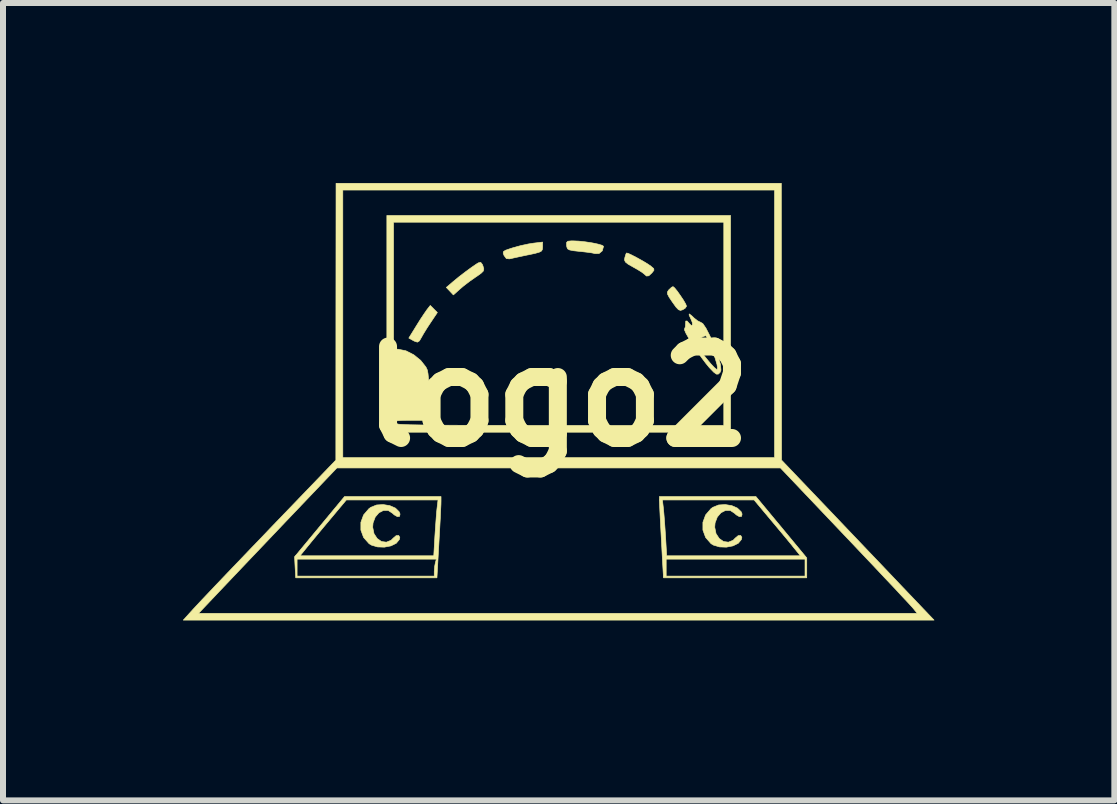
<source format=kicad_pcb>
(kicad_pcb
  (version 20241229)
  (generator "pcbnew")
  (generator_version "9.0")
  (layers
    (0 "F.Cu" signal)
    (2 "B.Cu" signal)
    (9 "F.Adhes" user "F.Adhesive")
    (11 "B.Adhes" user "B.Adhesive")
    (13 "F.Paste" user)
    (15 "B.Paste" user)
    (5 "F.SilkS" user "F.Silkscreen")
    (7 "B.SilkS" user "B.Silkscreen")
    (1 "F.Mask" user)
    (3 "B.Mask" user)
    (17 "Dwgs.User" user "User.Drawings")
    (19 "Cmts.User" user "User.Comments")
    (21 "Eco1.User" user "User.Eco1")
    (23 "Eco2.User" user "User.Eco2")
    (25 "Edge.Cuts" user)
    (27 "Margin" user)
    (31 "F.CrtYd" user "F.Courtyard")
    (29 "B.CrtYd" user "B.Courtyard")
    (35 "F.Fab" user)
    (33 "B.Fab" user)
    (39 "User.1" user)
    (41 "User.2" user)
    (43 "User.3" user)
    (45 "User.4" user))
  (footprint "logo2"
    (layer "F.Cu")
    (at 6.248 3.561)
    (property "Reference" "logo2" (at 0 0 0) (layer "F.SilkS") (effects (font (size 1.524 1.524) (thickness 0.3))))
    (attr through_hole)
    (fp_poly (pts (xy -2.067 -1.461) (xy -2.008 -1.402) (xy -2.114 -1.244) (xy -2.178 -1.147) (xy -2.236 -1.053) (xy -2.269 -0.995) (xy -2.307 -0.929) (xy -2.341 -0.908) (xy -2.392 -0.925) (xy -2.42 -0.94) (xy -2.484 -0.976) (xy -2.357 -1.182) (xy -2.292 -1.286) (xy -2.231 -1.378) (xy -2.186 -1.443) (xy -2.178 -1.454) (xy -2.126 -1.52) (xy -2.067 -1.461)) (stroke (width 0.01) (type solid)) (fill yes) (layer "F.SilkS"))
    (fp_poly (pts (xy -1.257 -2.202) (xy -1.247 -2.175) (xy -1.234 -2.129) (xy -1.241 -2.094) (xy -1.277 -2.058) (xy -1.349 -2.006) (xy -1.372 -1.991) (xy -1.475 -1.919) (xy -1.577 -1.84) (xy -1.633 -1.792) (xy -1.741 -1.695) (xy -1.859 -1.82) (xy -1.743 -1.919) (xy -1.647 -1.998) (xy -1.54 -2.08) (xy -1.436 -2.156) (xy -1.353 -2.213) (xy -1.322 -2.231) (xy -1.285 -2.238) (xy -1.257 -2.202)) (stroke (width 0.01) (type solid)) (fill yes) (layer "F.SilkS"))
    (fp_poly (pts (xy 1.946 -1.813) (xy 1.991 -1.758) (xy 2.043 -1.684) (xy 2.094 -1.608) (xy 2.131 -1.544) (xy 2.145 -1.507) (xy 2.122 -1.473) (xy 2.081 -1.448) (xy 2.044 -1.437) (xy 2.011 -1.449) (xy 1.97 -1.492) (xy 1.911 -1.574) (xy 1.855 -1.657) (xy 1.828 -1.709) (xy 1.826 -1.743) (xy 1.845 -1.774) (xy 1.852 -1.782) (xy 1.895 -1.822) (xy 1.92 -1.834) (xy 1.946 -1.813)) (stroke (width 0.01) (type solid)) (fill yes) (layer "F.SilkS"))
    (fp_poly (pts (xy -0.254 -2.494) (xy -0.257 -2.455) (xy -0.271 -2.428) (xy -0.308 -2.408) (xy -0.378 -2.388) (xy -0.493 -2.363) (xy -0.501 -2.362) (xy -0.619 -2.337) (xy -0.721 -2.315) (xy -0.791 -2.299) (xy -0.806 -2.296) (xy -0.858 -2.301) (xy -0.897 -2.353) (xy -0.911 -2.392) (xy -0.906 -2.418) (xy -0.871 -2.44) (xy -0.796 -2.466) (xy -0.743 -2.483) (xy -0.619 -2.517) (xy -0.489 -2.545) (xy -0.406 -2.558) (xy -0.254 -2.576) (xy -0.254 -2.494)) (stroke (width 0.01) (type solid)) (fill yes) (layer "F.SilkS"))
    (fp_poly (pts (xy 1.172 -2.388) (xy 1.234 -2.359) (xy 1.317 -2.316) (xy 1.407 -2.266) (xy 1.489 -2.217) (xy 1.55 -2.176) (xy 1.551 -2.174) (xy 1.598 -2.135) (xy 1.602 -2.106) (xy 1.569 -2.063) (xy 1.568 -2.062) (xy 1.516 -2.014) (xy 1.477 -2.01) (xy 1.445 -2.039) (xy 1.406 -2.07) (xy 1.333 -2.116) (xy 1.257 -2.159) (xy 1.171 -2.208) (xy 1.126 -2.244) (xy 1.111 -2.278) (xy 1.116 -2.314) (xy 1.133 -2.371) (xy 1.143 -2.394) (xy 1.172 -2.388)) (stroke (width 0.01) (type solid)) (fill yes) (layer "F.SilkS"))
    (fp_poly (pts (xy 0.35 -2.592) (xy 0.46 -2.58) (xy 0.571 -2.563) (xy 0.667 -2.543) (xy 0.736 -2.523) (xy 0.762 -2.506) (xy 0.762 -2.506) (xy 0.741 -2.43) (xy 0.687 -2.385) (xy 0.616 -2.384) (xy 0.607 -2.387) (xy 0.566 -2.396) (xy 0.486 -2.407) (xy 0.382 -2.419) (xy 0.367 -2.42) (xy 0.259 -2.432) (xy 0.195 -2.445) (xy 0.163 -2.463) (xy 0.15 -2.494) (xy 0.146 -2.519) (xy 0.145 -2.568) (xy 0.166 -2.59) (xy 0.223 -2.596) (xy 0.254 -2.596) (xy 0.35 -2.592)) (stroke (width 0.01) (type solid)) (fill yes) (layer "F.SilkS"))
    (fp_poly (pts (xy -2.801 1.817) (xy -2.707 1.858) (xy -2.645 1.919) (xy -2.63 1.957) (xy -2.638 1.996) (xy -2.675 2) (xy -2.728 1.97) (xy -2.753 1.946) (xy -2.826 1.898) (xy -2.906 1.897) (xy -2.982 1.936) (xy -3.043 2.007) (xy -3.08 2.104) (xy -3.086 2.176) (xy -3.064 2.284) (xy -3.011 2.365) (xy -2.939 2.415) (xy -2.858 2.426) (xy -2.779 2.394) (xy -2.744 2.359) (xy -2.695 2.317) (xy -2.653 2.314) (xy -2.634 2.345) (xy -2.641 2.381) (xy -2.693 2.444) (xy -2.782 2.488) (xy -2.892 2.509) (xy -3.006 2.505) (xy -3.107 2.475) (xy -3.146 2.451) (xy -3.238 2.347) (xy -3.283 2.224) (xy -3.283 2.095) (xy -3.238 1.972) (xy -3.149 1.868) (xy -3.116 1.844) (xy -3.021 1.806) (xy -2.911 1.799) (xy -2.801 1.817)) (stroke (width 0.01) (type solid)) (fill yes) (layer "F.SilkS"))
    (fp_poly (pts (xy 2.9 1.817) (xy 2.993 1.858) (xy 3.056 1.919) (xy 3.071 1.957) (xy 3.063 1.996) (xy 3.025 2) (xy 2.973 1.97) (xy 2.948 1.946) (xy 2.875 1.898) (xy 2.795 1.897) (xy 2.719 1.936) (xy 2.658 2.007) (xy 2.621 2.104) (xy 2.615 2.176) (xy 2.637 2.284) (xy 2.69 2.365) (xy 2.762 2.415) (xy 2.843 2.426) (xy 2.922 2.394) (xy 2.956 2.359) (xy 3.006 2.317) (xy 3.048 2.314) (xy 3.067 2.345) (xy 3.06 2.381) (xy 3.008 2.444) (xy 2.919 2.488) (xy 2.809 2.509) (xy 2.695 2.505) (xy 2.594 2.475) (xy 2.554 2.451) (xy 2.463 2.347) (xy 2.418 2.224) (xy 2.418 2.095) (xy 2.463 1.972) (xy 2.552 1.868) (xy 2.585 1.844) (xy 2.68 1.806) (xy 2.79 1.799) (xy 2.9 1.817)) (stroke (width 0.01) (type solid)) (fill yes) (layer "F.SilkS"))
    (fp_poly (pts (xy 3.725 2.176) (xy 4.149 2.688) (xy 4.149 3.02) (xy 1.761 3.02) (xy 1.743 2.709) (xy 1.806 2.709) (xy 1.806 2.992) (xy 4.12 2.992) (xy 4.12 2.709) (xy 1.806 2.709) (xy 1.743 2.709) (xy 1.727 2.406) (xy 1.717 2.222) (xy 1.708 2.054) (xy 1.701 1.911) (xy 1.696 1.803) (xy 1.693 1.739) (xy 1.693 1.729) (xy 1.693 1.722) (xy 1.743 1.722) (xy 1.759 1.856) (xy 1.767 1.939) (xy 1.777 2.061) (xy 1.787 2.204) (xy 1.795 2.321) (xy 1.814 2.653) (xy 4.043 2.653) (xy 3.934 2.519) (xy 3.877 2.448) (xy 3.793 2.346) (xy 3.692 2.225) (xy 3.585 2.097) (xy 3.548 2.053) (xy 3.271 1.722) (xy 1.743 1.722) (xy 1.693 1.722) (xy 1.693 1.665) (xy 3.301 1.665) (xy 3.725 2.176)) (stroke (width 0.01) (type solid)) (fill yes) (layer "F.SilkS"))
    (fp_poly (pts (xy -1.947 1.743) (xy -1.948 1.794) (xy -1.953 1.891) (xy -1.959 2.026) (xy -1.968 2.188) (xy -1.978 2.367) (xy -1.981 2.42) (xy -2.015 3.02) (xy -4.369 3.02) (xy -4.379 2.845) (xy -4.386 2.709) (xy -4.346 2.709) (xy -4.346 2.992) (xy -2.06 2.992) (xy -2.06 2.914) (xy -2.053 2.829) (xy -2.042 2.773) (xy -2.025 2.709) (xy -4.346 2.709) (xy -4.386 2.709) (xy -4.389 2.67) (xy -4.374 2.653) (xy -4.297 2.653) (xy -2.068 2.653) (xy -2.049 2.321) (xy -2.039 2.175) (xy -2.029 2.035) (xy -2.02 1.919) (xy -2.013 1.856) (xy -1.997 1.722) (xy -3.525 1.722) (xy -3.802 2.053) (xy -3.91 2.182) (xy -4.014 2.307) (xy -4.104 2.416) (xy -4.172 2.499) (xy -4.188 2.519) (xy -4.297 2.653) (xy -4.374 2.653) (xy -3.555 1.665) (xy -1.947 1.665) (xy -1.947 1.743)) (stroke (width 0.01) (type solid)) (fill yes) (layer "F.SilkS"))
    (fp_poly (pts (xy 2.879 0.593) (xy -2.85 0.593) (xy -2.85 -2.907) (xy -2.738 -2.907) (xy -2.738 -0.79) (xy -2.66 -0.79) (xy -2.532 -0.764) (xy -2.402 -0.698) (xy -2.285 -0.603) (xy -2.198 -0.492) (xy -2.175 -0.443) (xy -2.164 -0.385) (xy -2.154 -0.285) (xy -2.148 -0.154) (xy -2.145 -0.008) (xy -2.145 0.016) (xy -2.145 0.395) (xy -2.441 0.395) (xy -2.577 0.396) (xy -2.665 0.401) (xy -2.714 0.411) (xy -2.735 0.426) (xy -2.738 0.437) (xy -2.733 0.445) (xy -2.716 0.451) (xy -2.684 0.456) (xy -2.634 0.461) (xy -2.562 0.465) (xy -2.466 0.469) (xy -2.342 0.471) (xy -2.186 0.474) (xy -1.997 0.476) (xy -1.77 0.477) (xy -1.502 0.478) (xy -1.191 0.479) (xy -0.832 0.479) (xy -0.424 0.48) (xy 0.014 0.48) (xy 2.766 0.48) (xy 2.766 -2.907) (xy -2.738 -2.907) (xy -2.85 -2.907) (xy -2.85 -3.02) (xy 2.879 -3.02) (xy 2.879 0.593)) (stroke (width 0.01) (type solid)) (fill yes) (layer "F.SilkS"))
    (fp_poly (pts (xy 3.727 -1.249) (xy 3.729 1.058) (xy 4.577 1.947) (xy 4.775 2.155) (xy 4.979 2.369) (xy 5.18 2.58) (xy 5.373 2.782) (xy 5.549 2.967) (xy 5.702 3.128) (xy 5.825 3.257) (xy 5.848 3.281) (xy 6.271 3.725) (xy -6.243 3.725) (xy -6.141 3.612) (xy -5.988 3.612) (xy 5.99 3.612) (xy 5.923 3.529) (xy 5.891 3.493) (xy 5.825 3.421) (xy 5.726 3.316) (xy 5.601 3.181) (xy 5.451 3.023) (xy 5.282 2.843) (xy 5.097 2.648) (xy 4.899 2.439) (xy 4.784 2.318) (xy 3.711 1.189) (xy 0.014 1.189) (xy -3.683 1.189) (xy -4.544 2.092) (xy -4.736 2.294) (xy -4.928 2.496) (xy -5.113 2.69) (xy -5.285 2.871) (xy -5.438 3.032) (xy -5.567 3.168) (xy -5.665 3.271) (xy -5.696 3.304) (xy -5.988 3.612) (xy -6.141 3.612) (xy -6.071 3.535) (xy -6.019 3.479) (xy -5.932 3.386) (xy -5.814 3.262) (xy -5.67 3.11) (xy -5.504 2.936) (xy -5.32 2.744) (xy -5.123 2.538) (xy -4.916 2.323) (xy -4.8 2.201) (xy -3.7 1.058) (xy -3.699 -1.249) (xy -3.697 -3.443) (xy -3.584 -3.443) (xy -3.584 1.016) (xy 3.612 1.016) (xy 3.612 -3.443) (xy -3.584 -3.443) (xy -3.697 -3.443) (xy -3.697 -3.556) (xy 3.725 -3.556) (xy 3.727 -1.249)) (stroke (width 0.01) (type solid)) (fill yes) (layer "F.SilkS"))
    (fp_poly (pts (xy 2.226 -1.353) (xy 2.269 -1.312) (xy 2.327 -1.265) (xy 2.373 -1.242) (xy 2.376 -1.242) (xy 2.417 -1.217) (xy 2.469 -1.141) (xy 2.534 -1.014) (xy 2.602 -0.861) (xy 2.672 -0.675) (xy 2.711 -0.535) (xy 2.719 -0.441) (xy 2.704 -0.403) (xy 2.674 -0.375) (xy 2.642 -0.375) (xy 2.597 -0.409) (xy 2.528 -0.481) (xy 2.525 -0.484) (xy 2.464 -0.559) (xy 2.392 -0.655) (xy 2.317 -0.763) (xy 2.245 -0.873) (xy 2.219 -0.915) (xy 2.286 -0.915) (xy 2.303 -0.874) (xy 2.347 -0.806) (xy 2.409 -0.721) (xy 2.48 -0.631) (xy 2.549 -0.548) (xy 2.608 -0.485) (xy 2.648 -0.453) (xy 2.654 -0.452) (xy 2.662 -0.475) (xy 2.653 -0.535) (xy 2.647 -0.557) (xy 2.623 -0.637) (xy 2.588 -0.735) (xy 2.549 -0.835) (xy 2.512 -0.925) (xy 2.483 -0.99) (xy 2.465 -1.016) (xy 2.465 -1.016) (xy 2.429 -1.004) (xy 2.373 -0.975) (xy 2.318 -0.942) (xy 2.287 -0.918) (xy 2.286 -0.915) (xy 2.219 -0.915) (xy 2.182 -0.974) (xy 2.135 -1.057) (xy 2.111 -1.112) (xy 2.111 -1.127) (xy 2.126 -1.165) (xy 2.128 -1.206) (xy 2.132 -1.26) (xy 2.154 -1.261) (xy 2.189 -1.221) (xy 2.225 -1.185) (xy 2.244 -1.195) (xy 2.24 -1.239) (xy 2.217 -1.296) (xy 2.188 -1.36) (xy 2.19 -1.379) (xy 2.226 -1.353)) (stroke (width 0.01) (type solid)) (fill yes) (layer "F.SilkS")))
  (gr_rect
    (start -3 -3)
    (end 15.524 10.291)
    (stroke (width 0.1) (type default))
    (fill no)
    (layer "Edge.Cuts")))
</source>
